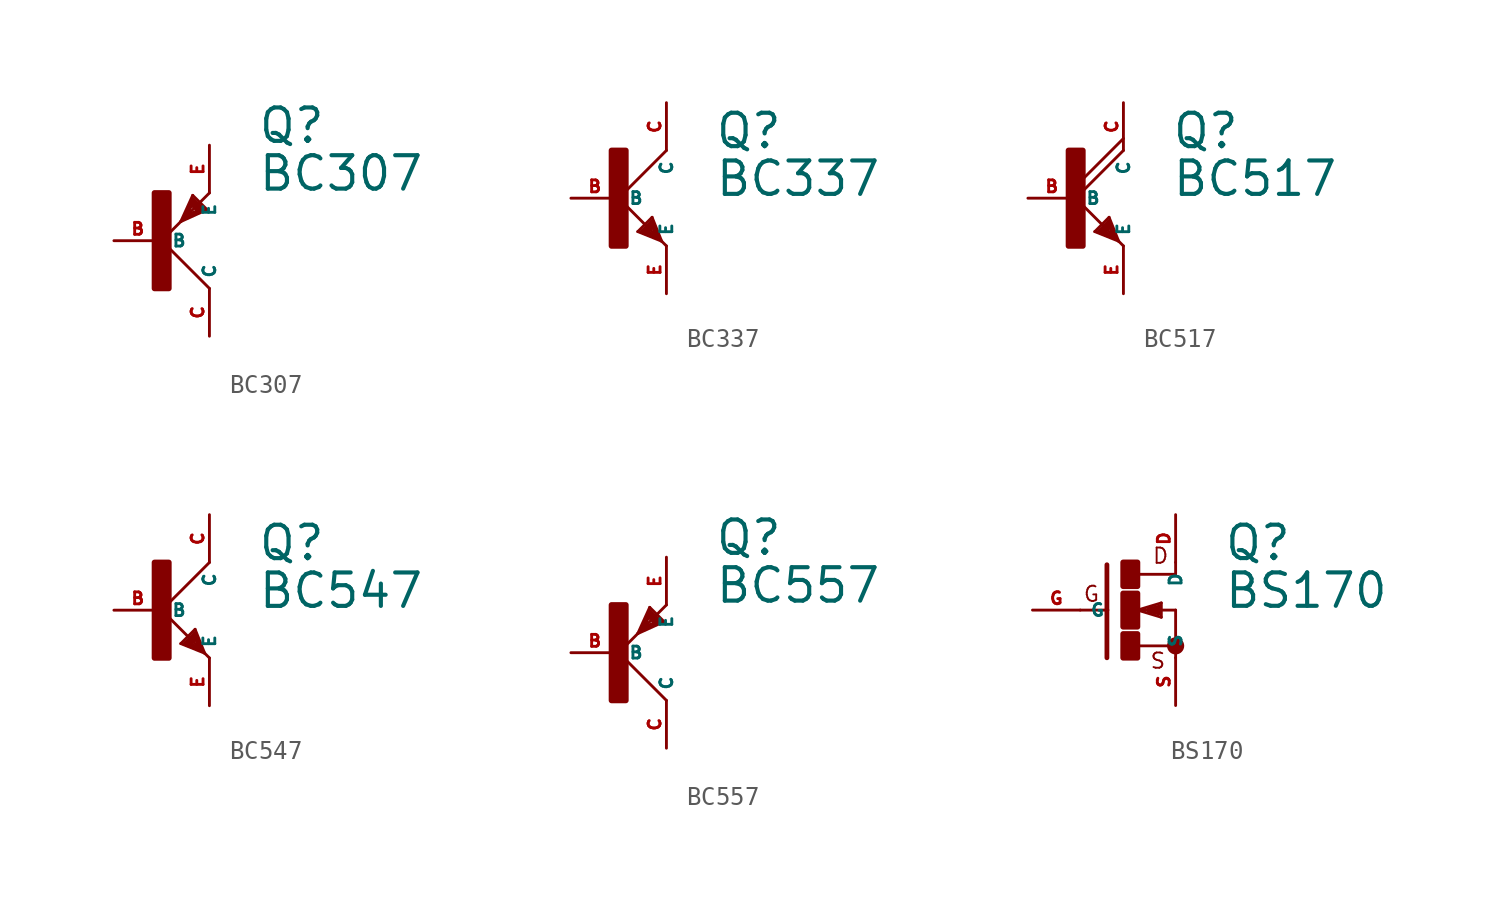
<source format=kicad_sym>
(kicad_symbol_lib
  (version 20220914)
  (generator Eagle2Kicad)
  (symbol "BC307"
    (property "Reference" "Q"
      (at 5.08 5.08 0)
      (effects (font (size 1.778 1.778) (thickness 0.22)) (justify left bottom)))
    (property "Value" "BC307"
      (at 5.08 2.54 0)
      (effects (font (size 1.778 1.778) (thickness 0.22)) (justify left bottom)))
    (polyline
      (pts (xy 2.54 -2.54) (xy 0 0))
      (stroke (width 0.152) (type default))
      (fill (type none)))
    (polyline
      (pts (xy 0 0) (xy 1.016 1.016))
      (stroke (width 0.152) (type default))
      (fill (type none)))
    (polyline
      (pts (xy 1.651 2.413) (xy 1.016 1.016))
      (stroke (width 0.152) (type default))
      (fill (type none)))
    (polyline
      (pts (xy 1.016 1.016) (xy 1.27 1.27))
      (stroke (width 0.152) (type default))
      (fill (type none)))
    (polyline
      (pts (xy 1.27 1.27) (xy 2.54 2.54))
      (stroke (width 0.152) (type default))
      (fill (type none)))
    (polyline
      (pts (xy 1.016 1.016) (xy 2.413 1.651))
      (stroke (width 0.152) (type default))
      (fill (type none)))
    (polyline
      (pts (xy 2.413 1.651) (xy 1.651 2.413))
      (stroke (width 0.152) (type default))
      (fill (type none)))
    (polyline
      (pts (xy 1.27 1.27) (xy 1.651 2.159))
      (stroke (width 0.254) (type default))
      (fill (type none)))
    (polyline
      (pts (xy 1.651 2.159) (xy 2.159 1.651))
      (stroke (width 0.254) (type default))
      (fill (type none)))
    (polyline
      (pts (xy 2.159 1.651) (xy 1.27 1.27))
      (stroke (width 0.254) (type default))
      (fill (type none)))
    (polyline
      (pts (xy 1.651 1.905) (xy 1.905 1.651))
      (stroke (width 0.254) (type default))
      (fill (type none)))
    (rectangle
      (start -0.381 -2.54)
      (end 0.381 2.54)
      (stroke (width 0.3) (type default))
      (fill (type outline)))
    (pin passive line
      (at -2.54 0 0)
      (length 2.54)
      (name "B" (effects (font (size 0.635 0.635) (thickness 0.08)) (justify left bottom)))
      (number "B" (effects (font (size 0.635 0.635) (thickness 0.08)) (justify left bottom))))
    (pin passive line
      (at 2.54 5.08 270)
      (length 2.54)
      (name "E" (effects (font (size 0.635 0.635) (thickness 0.08)) (justify left bottom)))
      (number "E" (effects (font (size 0.635 0.635) (thickness 0.08)) (justify left bottom))))
    (pin passive line
      (at 2.54 -5.08 90)
      (length 2.54)
      (name "C" (effects (font (size 0.635 0.635) (thickness 0.08)) (justify left bottom)))
      (number "C" (effects (font (size 0.635 0.635) (thickness 0.08)) (justify left bottom)))))
  (symbol "BC337"
    (property "Reference" "Q"
      (at 5.08 2.54 0)
      (effects (font (size 1.778 1.778) (thickness 0.22)) (justify left bottom)))
    (property "Value" "BC337"
      (at 5.08 0 0)
      (effects (font (size 1.778 1.778) (thickness 0.22)) (justify left bottom)))
    (polyline
      (pts (xy 2.54 2.54) (xy 0 0))
      (stroke (width 0.152) (type default))
      (fill (type none)))
    (polyline
      (pts (xy 0 0) (xy 2.032 -2.032))
      (stroke (width 0.152) (type default))
      (fill (type none)))
    (polyline
      (pts (xy 2.032 -2.032) (xy 2.286 -2.286))
      (stroke (width 0.152) (type default))
      (fill (type none)))
    (polyline
      (pts (xy 1.778 -1.016) (xy 2.286 -2.286))
      (stroke (width 0.152) (type default))
      (fill (type none)))
    (polyline
      (pts (xy 2.286 -2.286) (xy 2.54 -2.54))
      (stroke (width 0.152) (type default))
      (fill (type none)))
    (polyline
      (pts (xy 2.286 -2.286) (xy 1.016 -1.778))
      (stroke (width 0.152) (type default))
      (fill (type none)))
    (polyline
      (pts (xy 1.016 -1.778) (xy 1.778 -1.016))
      (stroke (width 0.152) (type default))
      (fill (type none)))
    (polyline
      (pts (xy 2.032 -2.032) (xy 1.778 -1.27))
      (stroke (width 0.254) (type default))
      (fill (type none)))
    (polyline
      (pts (xy 1.778 -1.27) (xy 1.27 -1.778))
      (stroke (width 0.254) (type default))
      (fill (type none)))
    (polyline
      (pts (xy 1.27 -1.778) (xy 2.032 -2.032))
      (stroke (width 0.254) (type default))
      (fill (type none)))
    (polyline
      (pts (xy 1.524 -1.778) (xy 1.778 -1.524))
      (stroke (width 0.254) (type default))
      (fill (type none)))
    (rectangle
      (start -0.381 -2.54)
      (end 0.381 2.54)
      (stroke (width 0.3) (type default))
      (fill (type outline)))
    (pin passive line
      (at -2.54 0 0)
      (length 2.54)
      (name "B" (effects (font (size 0.635 0.635) (thickness 0.08)) (justify left bottom)))
      (number "B" (effects (font (size 0.635 0.635) (thickness 0.08)) (justify left bottom))))
    (pin passive line
      (at 2.54 -5.08 90)
      (length 2.54)
      (name "E" (effects (font (size 0.635 0.635) (thickness 0.08)) (justify left bottom)))
      (number "E" (effects (font (size 0.635 0.635) (thickness 0.08)) (justify left bottom))))
    (pin passive line
      (at 2.54 5.08 270)
      (length 2.54)
      (name "C" (effects (font (size 0.635 0.635) (thickness 0.08)) (justify left bottom)))
      (number "C" (effects (font (size 0.635 0.635) (thickness 0.08)) (justify left bottom)))))
  (symbol "BC517"
    (property "Reference" "Q"
      (at 5.08 2.54 0)
      (effects (font (size 1.778 1.778) (thickness 0.22)) (justify left bottom)))
    (property "Value" "BC517"
      (at 5.08 0 0)
      (effects (font (size 1.778 1.778) (thickness 0.22)) (justify left bottom)))
    (polyline
      (pts (xy 2.54 2.54) (xy 0 0))
      (stroke (width 0.152) (type default))
      (fill (type none)))
    (polyline
      (pts (xy 0 0) (xy 2.032 -2.032))
      (stroke (width 0.152) (type default))
      (fill (type none)))
    (polyline
      (pts (xy 2.032 -2.032) (xy 2.286 -2.286))
      (stroke (width 0.152) (type default))
      (fill (type none)))
    (polyline
      (pts (xy 1.778 -1.016) (xy 2.286 -2.286))
      (stroke (width 0.152) (type default))
      (fill (type none)))
    (polyline
      (pts (xy 2.286 -2.286) (xy 2.54 -2.54))
      (stroke (width 0.152) (type default))
      (fill (type none)))
    (polyline
      (pts (xy 2.286 -2.286) (xy 1.016 -1.778))
      (stroke (width 0.152) (type default))
      (fill (type none)))
    (polyline
      (pts (xy 1.016 -1.778) (xy 1.778 -1.016))
      (stroke (width 0.152) (type default))
      (fill (type none)))
    (polyline
      (pts (xy 2.54 3.175) (xy 0 0.635))
      (stroke (width 0.152) (type default))
      (fill (type none)))
    (polyline
      (pts (xy 2.032 -2.032) (xy 1.778 -1.27))
      (stroke (width 0.254) (type default))
      (fill (type none)))
    (polyline
      (pts (xy 1.778 -1.27) (xy 1.27 -1.778))
      (stroke (width 0.254) (type default))
      (fill (type none)))
    (polyline
      (pts (xy 1.27 -1.778) (xy 2.032 -2.032))
      (stroke (width 0.254) (type default))
      (fill (type none)))
    (polyline
      (pts (xy 1.524 -1.778) (xy 1.778 -1.524))
      (stroke (width 0.254) (type default))
      (fill (type none)))
    (rectangle
      (start -0.381 -2.54)
      (end 0.381 2.54)
      (stroke (width 0.3) (type default))
      (fill (type outline)))
    (pin passive line
      (at -2.54 0 0)
      (length 2.54)
      (name "B" (effects (font (size 0.635 0.635) (thickness 0.08)) (justify left bottom)))
      (number "B" (effects (font (size 0.635 0.635) (thickness 0.08)) (justify left bottom))))
    (pin passive line
      (at 2.54 -5.08 90)
      (length 2.54)
      (name "E" (effects (font (size 0.635 0.635) (thickness 0.08)) (justify left bottom)))
      (number "E" (effects (font (size 0.635 0.635) (thickness 0.08)) (justify left bottom))))
    (pin passive line
      (at 2.54 5.08 270)
      (length 2.54)
      (name "C" (effects (font (size 0.635 0.635) (thickness 0.08)) (justify left bottom)))
      (number "C" (effects (font (size 0.635 0.635) (thickness 0.08)) (justify left bottom)))))
  (symbol "BC547"
    (property "Reference" "Q"
      (at 5.08 2.54 0)
      (effects (font (size 1.778 1.778) (thickness 0.22)) (justify left bottom)))
    (property "Value" "BC547"
      (at 5.08 0 0)
      (effects (font (size 1.778 1.778) (thickness 0.22)) (justify left bottom)))
    (polyline
      (pts (xy 2.54 2.54) (xy 0 0))
      (stroke (width 0.152) (type default))
      (fill (type none)))
    (polyline
      (pts (xy 0 0) (xy 2.032 -2.032))
      (stroke (width 0.152) (type default))
      (fill (type none)))
    (polyline
      (pts (xy 2.032 -2.032) (xy 2.286 -2.286))
      (stroke (width 0.152) (type default))
      (fill (type none)))
    (polyline
      (pts (xy 1.778 -1.016) (xy 2.286 -2.286))
      (stroke (width 0.152) (type default))
      (fill (type none)))
    (polyline
      (pts (xy 2.286 -2.286) (xy 2.54 -2.54))
      (stroke (width 0.152) (type default))
      (fill (type none)))
    (polyline
      (pts (xy 2.286 -2.286) (xy 1.016 -1.778))
      (stroke (width 0.152) (type default))
      (fill (type none)))
    (polyline
      (pts (xy 1.016 -1.778) (xy 1.778 -1.016))
      (stroke (width 0.152) (type default))
      (fill (type none)))
    (polyline
      (pts (xy 2.032 -2.032) (xy 1.778 -1.27))
      (stroke (width 0.254) (type default))
      (fill (type none)))
    (polyline
      (pts (xy 1.778 -1.27) (xy 1.27 -1.778))
      (stroke (width 0.254) (type default))
      (fill (type none)))
    (polyline
      (pts (xy 1.27 -1.778) (xy 2.032 -2.032))
      (stroke (width 0.254) (type default))
      (fill (type none)))
    (polyline
      (pts (xy 1.524 -1.778) (xy 1.778 -1.524))
      (stroke (width 0.254) (type default))
      (fill (type none)))
    (rectangle
      (start -0.381 -2.54)
      (end 0.381 2.54)
      (stroke (width 0.3) (type default))
      (fill (type outline)))
    (pin passive line
      (at -2.54 0 0)
      (length 2.54)
      (name "B" (effects (font (size 0.635 0.635) (thickness 0.08)) (justify left bottom)))
      (number "B" (effects (font (size 0.635 0.635) (thickness 0.08)) (justify left bottom))))
    (pin passive line
      (at 2.54 -5.08 90)
      (length 2.54)
      (name "E" (effects (font (size 0.635 0.635) (thickness 0.08)) (justify left bottom)))
      (number "E" (effects (font (size 0.635 0.635) (thickness 0.08)) (justify left bottom))))
    (pin passive line
      (at 2.54 5.08 270)
      (length 2.54)
      (name "C" (effects (font (size 0.635 0.635) (thickness 0.08)) (justify left bottom)))
      (number "C" (effects (font (size 0.635 0.635) (thickness 0.08)) (justify left bottom)))))
  (symbol "BC557"
    (property "Reference" "Q"
      (at 5.08 5.08 0)
      (effects (font (size 1.778 1.778) (thickness 0.22)) (justify left bottom)))
    (property "Value" "BC557"
      (at 5.08 2.54 0)
      (effects (font (size 1.778 1.778) (thickness 0.22)) (justify left bottom)))
    (polyline
      (pts (xy 2.54 -2.54) (xy 0 0))
      (stroke (width 0.152) (type default))
      (fill (type none)))
    (polyline
      (pts (xy 0 0) (xy 1.016 1.016))
      (stroke (width 0.152) (type default))
      (fill (type none)))
    (polyline
      (pts (xy 1.651 2.413) (xy 1.016 1.016))
      (stroke (width 0.152) (type default))
      (fill (type none)))
    (polyline
      (pts (xy 1.016 1.016) (xy 1.27 1.27))
      (stroke (width 0.152) (type default))
      (fill (type none)))
    (polyline
      (pts (xy 1.27 1.27) (xy 2.54 2.54))
      (stroke (width 0.152) (type default))
      (fill (type none)))
    (polyline
      (pts (xy 1.016 1.016) (xy 2.413 1.651))
      (stroke (width 0.152) (type default))
      (fill (type none)))
    (polyline
      (pts (xy 2.413 1.651) (xy 1.651 2.413))
      (stroke (width 0.152) (type default))
      (fill (type none)))
    (polyline
      (pts (xy 1.27 1.27) (xy 1.651 2.159))
      (stroke (width 0.254) (type default))
      (fill (type none)))
    (polyline
      (pts (xy 1.651 2.159) (xy 2.159 1.651))
      (stroke (width 0.254) (type default))
      (fill (type none)))
    (polyline
      (pts (xy 2.159 1.651) (xy 1.27 1.27))
      (stroke (width 0.254) (type default))
      (fill (type none)))
    (polyline
      (pts (xy 1.651 1.905) (xy 1.905 1.651))
      (stroke (width 0.254) (type default))
      (fill (type none)))
    (rectangle
      (start -0.381 -2.54)
      (end 0.381 2.54)
      (stroke (width 0.3) (type default))
      (fill (type outline)))
    (pin passive line
      (at -2.54 0 0)
      (length 2.54)
      (name "B" (effects (font (size 0.635 0.635) (thickness 0.08)) (justify left bottom)))
      (number "B" (effects (font (size 0.635 0.635) (thickness 0.08)) (justify left bottom))))
    (pin passive line
      (at 2.54 5.08 270)
      (length 2.54)
      (name "E" (effects (font (size 0.635 0.635) (thickness 0.08)) (justify left bottom)))
      (number "E" (effects (font (size 0.635 0.635) (thickness 0.08)) (justify left bottom))))
    (pin passive line
      (at 2.54 -5.08 90)
      (length 2.54)
      (name "C" (effects (font (size 0.635 0.635) (thickness 0.08)) (justify left bottom)))
      (number "C" (effects (font (size 0.635 0.635) (thickness 0.08)) (justify left bottom)))))
  (symbol "BS170"
    (property "Reference" "Q"
      (at 5.08 2.54 0)
      (effects (font (size 1.778 1.778) (thickness 0.22)) (justify left bottom)))
    (property "Value" "BS170"
      (at 5.08 0 0)
      (effects (font (size 1.778 1.778) (thickness 0.22)) (justify left bottom)))
    (polyline
      (pts (xy -1.118 2.413) (xy -1.118 0))
      (stroke (width 0.254) (type default))
      (fill (type none)))
    (polyline
      (pts (xy 2.54 1.905) (xy 0.533 1.905))
      (stroke (width 0.152) (type default))
      (fill (type none)))
    (polyline
      (pts (xy 2.54 2.54) (xy 2.54 1.905))
      (stroke (width 0.152) (type default))
      (fill (type none)))
    (polyline
      (pts (xy 2.54 0) (xy 2.54 -1.905))
      (stroke (width 0.152) (type default))
      (fill (type none)))
    (polyline
      (pts (xy 0.508 0) (xy 1.778 0.381))
      (stroke (width 0.152) (type default))
      (fill (type none)))
    (polyline
      (pts (xy 1.778 0.381) (xy 1.778 -0.381))
      (stroke (width 0.152) (type default))
      (fill (type none)))
    (polyline
      (pts (xy 1.778 -0.381) (xy 0.508 0))
      (stroke (width 0.152) (type default))
      (fill (type none)))
    (polyline
      (pts (xy 0.508 0) (xy 1.143 0))
      (stroke (width 0.152) (type default))
      (fill (type none)))
    (polyline
      (pts (xy 1.143 0) (xy 2.54 0))
      (stroke (width 0.152) (type default))
      (fill (type none)))
    (polyline
      (pts (xy 0.508 -1.905) (xy 2.54 -1.905))
      (stroke (width 0.152) (type default))
      (fill (type none)))
    (polyline
      (pts (xy 2.54 -1.905) (xy 2.54 -2.54))
      (stroke (width 0.152) (type default))
      (fill (type none)))
    (polyline
      (pts (xy -1.118 0) (xy -2.54 0))
      (stroke (width 0.152) (type default))
      (fill (type none)))
    (polyline
      (pts (xy -1.118 0) (xy -1.118 -2.54))
      (stroke (width 0.254) (type default))
      (fill (type none)))
    (polyline
      (pts (xy 1.651 0.127) (xy 1.143 0))
      (stroke (width 0.305) (type default))
      (fill (type none)))
    (polyline
      (pts (xy 1.143 0) (xy 1.651 -0.127))
      (stroke (width 0.305) (type default))
      (fill (type none)))
    (text "D"
      (at 1.27 2.413 0)
      (effects (font (size 0.813 0.813) (thickness 0.10)) (justify left bottom)))
    (text "S"
      (at 1.143 -3.175 0)
      (effects (font (size 0.813 0.813) (thickness 0.10)) (justify left bottom)))
    (text "G"
      (at -2.413 0.381 0)
      (effects (font (size 0.813 0.813) (thickness 0.10)) (justify left bottom)))
    (circle
      (center 2.54 -1.905)
      (radius 0.254)
      (stroke (width 0.406) (type default))
      (fill (type none)))
    (rectangle
      (start -0.254 -2.54)
      (end 0.508 -1.27)
      (stroke (width 0.3) (type default))
      (fill (type outline)))
    (rectangle
      (start -0.254 1.27)
      (end 0.508 2.54)
      (stroke (width 0.3) (type default))
      (fill (type outline)))
    (rectangle
      (start -0.254 -0.889)
      (end 0.508 0.889)
      (stroke (width 0.3) (type default))
      (fill (type outline)))
    (pin passive line
      (at -5.08 0 0)
      (length 2.54)
      (name "G" (effects (font (size 0.635 0.635) (thickness 0.08)) (justify left bottom)))
      (number "G" (effects (font (size 0.635 0.635) (thickness 0.08)) (justify left bottom))))
    (pin passive line
      (at 2.54 5.08 270)
      (length 2.54)
      (name "D" (effects (font (size 0.635 0.635) (thickness 0.08)) (justify left bottom)))
      (number "D" (effects (font (size 0.635 0.635) (thickness 0.08)) (justify left bottom))))
    (pin passive line
      (at 2.54 -5.08 90)
      (length 2.54)
      (name "S" (effects (font (size 0.635 0.635) (thickness 0.08)) (justify left bottom)))
      (number "S" (effects (font (size 0.635 0.635) (thickness 0.08)) (justify left bottom))))))
</source>
